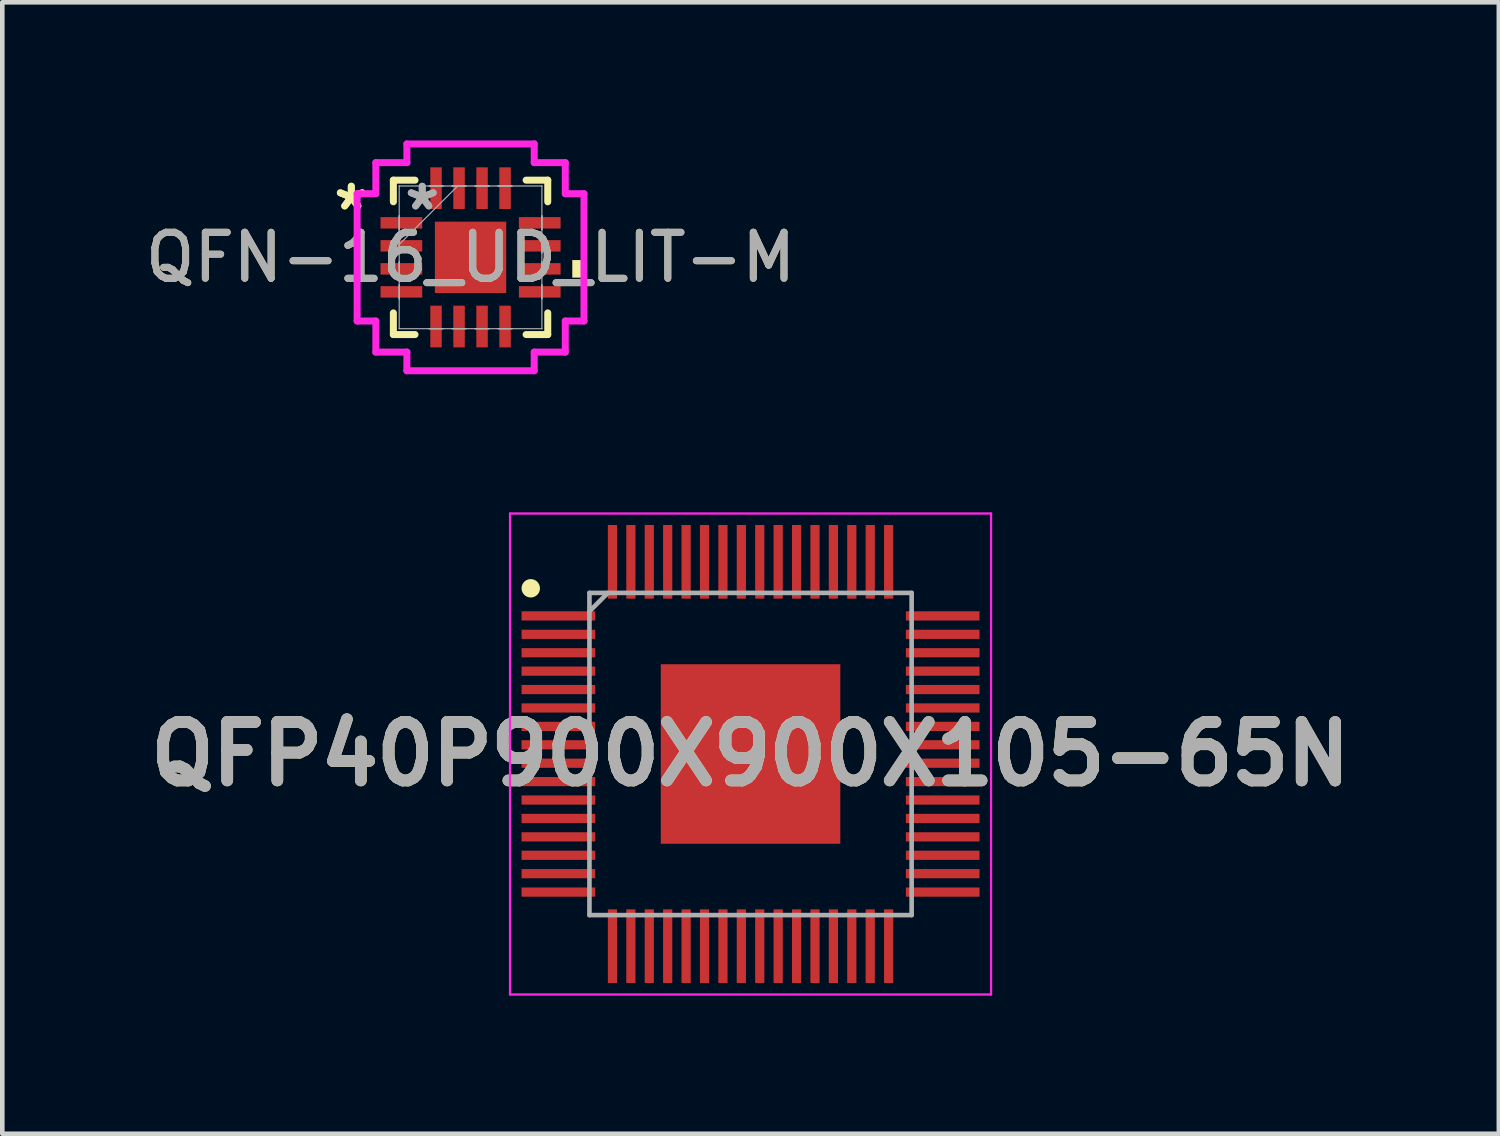
<source format=kicad_pcb>
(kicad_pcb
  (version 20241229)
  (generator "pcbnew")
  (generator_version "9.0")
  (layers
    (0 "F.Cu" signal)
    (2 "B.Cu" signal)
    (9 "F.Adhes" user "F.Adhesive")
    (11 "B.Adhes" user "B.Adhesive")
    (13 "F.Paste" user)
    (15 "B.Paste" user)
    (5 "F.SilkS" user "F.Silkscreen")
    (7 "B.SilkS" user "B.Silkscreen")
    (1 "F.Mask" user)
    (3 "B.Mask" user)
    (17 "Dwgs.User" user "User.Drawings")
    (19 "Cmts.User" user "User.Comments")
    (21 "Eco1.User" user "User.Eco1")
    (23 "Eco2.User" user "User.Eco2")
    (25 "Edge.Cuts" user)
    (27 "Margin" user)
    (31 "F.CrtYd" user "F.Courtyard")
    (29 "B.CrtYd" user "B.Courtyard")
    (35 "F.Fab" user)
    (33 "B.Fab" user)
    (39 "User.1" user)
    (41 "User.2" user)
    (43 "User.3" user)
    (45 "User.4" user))
  (footprint "QFP40P900X900X105-65N"
    (layer "F.Cu")
    (at 13.256 13.331)
    (property "Reference" "QFP40P900X900X105-65N" (at 0 0 0) (layer "F.SilkS") (effects (font (size 1.27 1.27) (thickness 0.254))))
    (attr smd)
    (fp_circle (center -4.775 -3.6) (end -4.775 -3.5) (stroke (width 0.2) (type solid)) (fill no) (layer "F.SilkS"))
    (fp_line (start -5.225 -5.225) (end 5.225 -5.225) (stroke (width 0.05) (type solid)) (layer "F.CrtYd"))
    (fp_line (start -5.225 5.225) (end -5.225 -5.225) (stroke (width 0.05) (type solid)) (layer "F.CrtYd"))
    (fp_line (start 5.225 -5.225) (end 5.225 5.225) (stroke (width 0.05) (type solid)) (layer "F.CrtYd"))
    (fp_line (start 5.225 5.225) (end -5.225 5.225) (stroke (width 0.05) (type solid)) (layer "F.CrtYd"))
    (fp_line (start -3.5 -3.5) (end 3.5 -3.5) (stroke (width 0.1) (type solid)) (layer "F.Fab"))
    (fp_line (start -3.5 -3.1) (end -3.1 -3.5) (stroke (width 0.1) (type solid)) (layer "F.Fab"))
    (fp_line (start -3.5 3.5) (end -3.5 -3.5) (stroke (width 0.1) (type solid)) (layer "F.Fab"))
    (fp_line (start 3.5 -3.5) (end 3.5 3.5) (stroke (width 0.1) (type solid)) (layer "F.Fab"))
    (fp_line (start 3.5 3.5) (end -3.5 3.5) (stroke (width 0.1) (type solid)) (layer "F.Fab"))
    (fp_text user "${REFERENCE}" (at 0 0 0) (layer "F.Fab") (effects (font (size 1.27 1.27) (thickness 0.254))))
    (pad "1" smd rect (at -4.175 -3 90) (size 0.2 1.6) (layers "F.Cu" "F.Mask" "F.Paste"))
    (pad "2" smd rect (at -4.175 -2.6 90) (size 0.2 1.6) (layers "F.Cu" "F.Mask" "F.Paste"))
    (pad "3" smd rect (at -4.175 -2.2 90) (size 0.2 1.6) (layers "F.Cu" "F.Mask" "F.Paste"))
    (pad "4" smd rect (at -4.175 -1.8 90) (size 0.2 1.6) (layers "F.Cu" "F.Mask" "F.Paste"))
    (pad "5" smd rect (at -4.175 -1.4 90) (size 0.2 1.6) (layers "F.Cu" "F.Mask" "F.Paste"))
    (pad "6" smd rect (at -4.175 -1 90) (size 0.2 1.6) (layers "F.Cu" "F.Mask" "F.Paste"))
    (pad "7" smd rect (at -4.175 -0.6 90) (size 0.2 1.6) (layers "F.Cu" "F.Mask" "F.Paste"))
    (pad "8" smd rect (at -4.175 -0.2 90) (size 0.2 1.6) (layers "F.Cu" "F.Mask" "F.Paste"))
    (pad "9" smd rect (at -4.175 0.2 90) (size 0.2 1.6) (layers "F.Cu" "F.Mask" "F.Paste"))
    (pad "10" smd rect (at -4.175 0.6 90) (size 0.2 1.6) (layers "F.Cu" "F.Mask" "F.Paste"))
    (pad "11" smd rect (at -4.175 1 90) (size 0.2 1.6) (layers "F.Cu" "F.Mask" "F.Paste"))
    (pad "12" smd rect (at -4.175 1.4 90) (size 0.2 1.6) (layers "F.Cu" "F.Mask" "F.Paste"))
    (pad "13" smd rect (at -4.175 1.8 90) (size 0.2 1.6) (layers "F.Cu" "F.Mask" "F.Paste"))
    (pad "14" smd rect (at -4.175 2.2 90) (size 0.2 1.6) (layers "F.Cu" "F.Mask" "F.Paste"))
    (pad "15" smd rect (at -4.175 2.6 90) (size 0.2 1.6) (layers "F.Cu" "F.Mask" "F.Paste"))
    (pad "16" smd rect (at -4.175 3 90) (size 0.2 1.6) (layers "F.Cu" "F.Mask" "F.Paste"))
    (pad "17" smd rect (at -3 4.175) (size 0.2 1.6) (layers "F.Cu" "F.Mask" "F.Paste"))
    (pad "18" smd rect (at -2.6 4.175) (size 0.2 1.6) (layers "F.Cu" "F.Mask" "F.Paste"))
    (pad "19" smd rect (at -2.2 4.175) (size 0.2 1.6) (layers "F.Cu" "F.Mask" "F.Paste"))
    (pad "20" smd rect (at -1.8 4.175) (size 0.2 1.6) (layers "F.Cu" "F.Mask" "F.Paste"))
    (pad "21" smd rect (at -1.4 4.175) (size 0.2 1.6) (layers "F.Cu" "F.Mask" "F.Paste"))
    (pad "22" smd rect (at -1 4.175) (size 0.2 1.6) (layers "F.Cu" "F.Mask" "F.Paste"))
    (pad "23" smd rect (at -0.6 4.175) (size 0.2 1.6) (layers "F.Cu" "F.Mask" "F.Paste"))
    (pad "24" smd rect (at -0.2 4.175) (size 0.2 1.6) (layers "F.Cu" "F.Mask" "F.Paste"))
    (pad "25" smd rect (at 0.2 4.175) (size 0.2 1.6) (layers "F.Cu" "F.Mask" "F.Paste"))
    (pad "26" smd rect (at 0.6 4.175) (size 0.2 1.6) (layers "F.Cu" "F.Mask" "F.Paste"))
    (pad "27" smd rect (at 1 4.175) (size 0.2 1.6) (layers "F.Cu" "F.Mask" "F.Paste"))
    (pad "28" smd rect (at 1.4 4.175) (size 0.2 1.6) (layers "F.Cu" "F.Mask" "F.Paste"))
    (pad "29" smd rect (at 1.8 4.175) (size 0.2 1.6) (layers "F.Cu" "F.Mask" "F.Paste"))
    (pad "30" smd rect (at 2.2 4.175) (size 0.2 1.6) (layers "F.Cu" "F.Mask" "F.Paste"))
    (pad "31" smd rect (at 2.6 4.175) (size 0.2 1.6) (layers "F.Cu" "F.Mask" "F.Paste"))
    (pad "32" smd rect (at 3 4.175) (size 0.2 1.6) (layers "F.Cu" "F.Mask" "F.Paste"))
    (pad "33" smd rect (at 4.175 3 90) (size 0.2 1.6) (layers "F.Cu" "F.Mask" "F.Paste"))
    (pad "34" smd rect (at 4.175 2.6 90) (size 0.2 1.6) (layers "F.Cu" "F.Mask" "F.Paste"))
    (pad "35" smd rect (at 4.175 2.2 90) (size 0.2 1.6) (layers "F.Cu" "F.Mask" "F.Paste"))
    (pad "36" smd rect (at 4.175 1.8 90) (size 0.2 1.6) (layers "F.Cu" "F.Mask" "F.Paste"))
    (pad "37" smd rect (at 4.175 1.4 90) (size 0.2 1.6) (layers "F.Cu" "F.Mask" "F.Paste"))
    (pad "38" smd rect (at 4.175 1 90) (size 0.2 1.6) (layers "F.Cu" "F.Mask" "F.Paste"))
    (pad "39" smd rect (at 4.175 0.6 90) (size 0.2 1.6) (layers "F.Cu" "F.Mask" "F.Paste"))
    (pad "40" smd rect (at 4.175 0.2 90) (size 0.2 1.6) (layers "F.Cu" "F.Mask" "F.Paste"))
    (pad "41" smd rect (at 4.175 -0.2 90) (size 0.2 1.6) (layers "F.Cu" "F.Mask" "F.Paste"))
    (pad "42" smd rect (at 4.175 -0.6 90) (size 0.2 1.6) (layers "F.Cu" "F.Mask" "F.Paste"))
    (pad "43" smd rect (at 4.175 -1 90) (size 0.2 1.6) (layers "F.Cu" "F.Mask" "F.Paste"))
    (pad "44" smd rect (at 4.175 -1.4 90) (size 0.2 1.6) (layers "F.Cu" "F.Mask" "F.Paste"))
    (pad "45" smd rect (at 4.175 -1.8 90) (size 0.2 1.6) (layers "F.Cu" "F.Mask" "F.Paste"))
    (pad "46" smd rect (at 4.175 -2.2 90) (size 0.2 1.6) (layers "F.Cu" "F.Mask" "F.Paste"))
    (pad "47" smd rect (at 4.175 -2.6 90) (size 0.2 1.6) (layers "F.Cu" "F.Mask" "F.Paste"))
    (pad "48" smd rect (at 4.175 -3 90) (size 0.2 1.6) (layers "F.Cu" "F.Mask" "F.Paste"))
    (pad "49" smd rect (at 3 -4.175) (size 0.2 1.6) (layers "F.Cu" "F.Mask" "F.Paste"))
    (pad "50" smd rect (at 2.6 -4.175) (size 0.2 1.6) (layers "F.Cu" "F.Mask" "F.Paste"))
    (pad "51" smd rect (at 2.2 -4.175) (size 0.2 1.6) (layers "F.Cu" "F.Mask" "F.Paste"))
    (pad "52" smd rect (at 1.8 -4.175) (size 0.2 1.6) (layers "F.Cu" "F.Mask" "F.Paste"))
    (pad "53" smd rect (at 1.4 -4.175) (size 0.2 1.6) (layers "F.Cu" "F.Mask" "F.Paste"))
    (pad "54" smd rect (at 1 -4.175) (size 0.2 1.6) (layers "F.Cu" "F.Mask" "F.Paste"))
    (pad "55" smd rect (at 0.6 -4.175) (size 0.2 1.6) (layers "F.Cu" "F.Mask" "F.Paste"))
    (pad "56" smd rect (at 0.2 -4.175) (size 0.2 1.6) (layers "F.Cu" "F.Mask" "F.Paste"))
    (pad "57" smd rect (at -0.2 -4.175) (size 0.2 1.6) (layers "F.Cu" "F.Mask" "F.Paste"))
    (pad "58" smd rect (at -0.6 -4.175) (size 0.2 1.6) (layers "F.Cu" "F.Mask" "F.Paste"))
    (pad "59" smd rect (at -1 -4.175) (size 0.2 1.6) (layers "F.Cu" "F.Mask" "F.Paste"))
    (pad "60" smd rect (at -1.4 -4.175) (size 0.2 1.6) (layers "F.Cu" "F.Mask" "F.Paste"))
    (pad "61" smd rect (at -1.8 -4.175) (size 0.2 1.6) (layers "F.Cu" "F.Mask" "F.Paste"))
    (pad "62" smd rect (at -2.2 -4.175) (size 0.2 1.6) (layers "F.Cu" "F.Mask" "F.Paste"))
    (pad "63" smd rect (at -2.6 -4.175) (size 0.2 1.6) (layers "F.Cu" "F.Mask" "F.Paste"))
    (pad "64" smd rect (at -3 -4.175) (size 0.2 1.6) (layers "F.Cu" "F.Mask" "F.Paste"))
    (pad "65" smd rect (at 0 0) (size 3.9 3.9) (layers "F.Cu" "F.Mask" "F.Paste")))
  (footprint "QFN-16_UD_LIT-M"
    (layer "F.Cu")
    (at 7.173 2.541)
    (property "Reference" "QFN-16_UD_LIT-M" (at 0 0 0) (unlocked yes) (layer "F.SilkS") (effects (font (size 1 1) (thickness 0.15))))
    (attr smd)
    (fp_line (start -1.677 -1.677) (end -1.677 -1.207) (stroke (width 0.152) (type solid)) (layer "F.SilkS"))
    (fp_line (start -1.677 1.207) (end -1.677 1.677) (stroke (width 0.152) (type solid)) (layer "F.SilkS"))
    (fp_line (start -1.677 1.677) (end -1.207 1.677) (stroke (width 0.152) (type solid)) (layer "F.SilkS"))
    (fp_line (start -1.207 -1.677) (end -1.677 -1.677) (stroke (width 0.152) (type solid)) (layer "F.SilkS"))
    (fp_line (start 1.207 1.677) (end 1.677 1.677) (stroke (width 0.152) (type solid)) (layer "F.SilkS"))
    (fp_line (start 1.677 -1.677) (end 1.207 -1.677) (stroke (width 0.152) (type solid)) (layer "F.SilkS"))
    (fp_line (start 1.677 -1.207) (end 1.677 -1.677) (stroke (width 0.152) (type solid)) (layer "F.SilkS"))
    (fp_line (start 1.677 1.677) (end 1.677 1.207) (stroke (width 0.152) (type solid)) (layer "F.SilkS"))
    (fp_poly (pts (xy 2.464 0.059) (xy 2.464 0.441) (xy 2.21 0.441) (xy 2.21 0.059)) (stroke (width 0) (type solid)) (fill yes) (layer "F.SilkS"))
    (fp_line (start -2.464 -1.383) (end -2.058 -1.383) (stroke (width 0.152) (type solid)) (layer "F.CrtYd"))
    (fp_line (start -2.464 1.383) (end -2.464 -1.383) (stroke (width 0.152) (type solid)) (layer "F.CrtYd"))
    (fp_line (start -2.058 -2.058) (end -1.383 -2.058) (stroke (width 0.152) (type solid)) (layer "F.CrtYd"))
    (fp_line (start -2.058 -1.383) (end -2.058 -2.058) (stroke (width 0.152) (type solid)) (layer "F.CrtYd"))
    (fp_line (start -2.058 1.383) (end -2.464 1.383) (stroke (width 0.152) (type solid)) (layer "F.CrtYd"))
    (fp_line (start -2.058 2.058) (end -2.058 1.383) (stroke (width 0.152) (type solid)) (layer "F.CrtYd"))
    (fp_line (start -1.383 -2.464) (end 1.383 -2.464) (stroke (width 0.152) (type solid)) (layer "F.CrtYd"))
    (fp_line (start -1.383 -2.058) (end -1.383 -2.464) (stroke (width 0.152) (type solid)) (layer "F.CrtYd"))
    (fp_line (start -1.383 2.058) (end -2.058 2.058) (stroke (width 0.152) (type solid)) (layer "F.CrtYd"))
    (fp_line (start -1.383 2.464) (end -1.383 2.058) (stroke (width 0.152) (type solid)) (layer "F.CrtYd"))
    (fp_line (start 1.383 -2.464) (end 1.383 -2.058) (stroke (width 0.152) (type solid)) (layer "F.CrtYd"))
    (fp_line (start 1.383 -2.058) (end 2.058 -2.058) (stroke (width 0.152) (type solid)) (layer "F.CrtYd"))
    (fp_line (start 1.383 2.058) (end 1.383 2.464) (stroke (width 0.152) (type solid)) (layer "F.CrtYd"))
    (fp_line (start 1.383 2.464) (end -1.383 2.464) (stroke (width 0.152) (type solid)) (layer "F.CrtYd"))
    (fp_line (start 2.058 -2.058) (end 2.058 -1.383) (stroke (width 0.152) (type solid)) (layer "F.CrtYd"))
    (fp_line (start 2.058 -1.383) (end 2.464 -1.383) (stroke (width 0.152) (type solid)) (layer "F.CrtYd"))
    (fp_line (start 2.058 1.383) (end 2.058 2.058) (stroke (width 0.152) (type solid)) (layer "F.CrtYd"))
    (fp_line (start 2.058 2.058) (end 1.383 2.058) (stroke (width 0.152) (type solid)) (layer "F.CrtYd"))
    (fp_line (start 2.464 -1.383) (end 2.464 1.383) (stroke (width 0.152) (type solid)) (layer "F.CrtYd"))
    (fp_line (start 2.464 1.383) (end 2.058 1.383) (stroke (width 0.152) (type solid)) (layer "F.CrtYd"))
    (fp_line (start -1.55 -1.55) (end -1.55 -1.55) (stroke (width 0.025) (type solid)) (layer "F.Fab"))
    (fp_line (start -1.55 -1.55) (end -1.55 1.55) (stroke (width 0.025) (type solid)) (layer "F.Fab"))
    (fp_line (start -1.55 -0.9) (end -1.55 -0.9) (stroke (width 0.025) (type solid)) (layer "F.Fab"))
    (fp_line (start -1.55 -0.9) (end -1.55 -0.6) (stroke (width 0.025) (type solid)) (layer "F.Fab"))
    (fp_line (start -1.55 -0.6) (end -1.55 -0.9) (stroke (width 0.025) (type solid)) (layer "F.Fab"))
    (fp_line (start -1.55 -0.6) (end -1.55 -0.6) (stroke (width 0.025) (type solid)) (layer "F.Fab"))
    (fp_line (start -1.55 -0.4) (end -1.55 -0.4) (stroke (width 0.025) (type solid)) (layer "F.Fab"))
    (fp_line (start -1.55 -0.4) (end -1.55 -0.1) (stroke (width 0.025) (type solid)) (layer "F.Fab"))
    (fp_line (start -1.55 -0.28) (end -0.28 -1.55) (stroke (width 0.025) (type solid)) (layer "F.Fab"))
    (fp_line (start -1.55 -0.1) (end -1.55 -0.4) (stroke (width 0.025) (type solid)) (layer "F.Fab"))
    (fp_line (start -1.55 -0.1) (end -1.55 -0.1) (stroke (width 0.025) (type solid)) (layer "F.Fab"))
    (fp_line (start -1.55 0.1) (end -1.55 0.1) (stroke (width 0.025) (type solid)) (layer "F.Fab"))
    (fp_line (start -1.55 0.1) (end -1.55 0.4) (stroke (width 0.025) (type solid)) (layer "F.Fab"))
    (fp_line (start -1.55 0.4) (end -1.55 0.1) (stroke (width 0.025) (type solid)) (layer "F.Fab"))
    (fp_line (start -1.55 0.4) (end -1.55 0.4) (stroke (width 0.025) (type solid)) (layer "F.Fab"))
    (fp_line (start -1.55 0.6) (end -1.55 0.6) (stroke (width 0.025) (type solid)) (layer "F.Fab"))
    (fp_line (start -1.55 0.6) (end -1.55 0.9) (stroke (width 0.025) (type solid)) (layer "F.Fab"))
    (fp_line (start -1.55 0.9) (end -1.55 0.6) (stroke (width 0.025) (type solid)) (layer "F.Fab"))
    (fp_line (start -1.55 0.9) (end -1.55 0.9) (stroke (width 0.025) (type solid)) (layer "F.Fab"))
    (fp_line (start -1.55 1.55) (end -1.55 1.55) (stroke (width 0.025) (type solid)) (layer "F.Fab"))
    (fp_line (start -1.55 1.55) (end 1.55 1.55) (stroke (width 0.025) (type solid)) (layer "F.Fab"))
    (fp_line (start -0.9 -1.55) (end -0.9 -1.55) (stroke (width 0.025) (type solid)) (layer "F.Fab"))
    (fp_line (start -0.9 -1.55) (end -0.6 -1.55) (stroke (width 0.025) (type solid)) (layer "F.Fab"))
    (fp_line (start -0.9 1.55) (end -0.9 1.55) (stroke (width 0.025) (type solid)) (layer "F.Fab"))
    (fp_line (start -0.9 1.55) (end -0.6 1.55) (stroke (width 0.025) (type solid)) (layer "F.Fab"))
    (fp_line (start -0.6 -1.55) (end -0.9 -1.55) (stroke (width 0.025) (type solid)) (layer "F.Fab"))
    (fp_line (start -0.6 -1.55) (end -0.6 -1.55) (stroke (width 0.025) (type solid)) (layer "F.Fab"))
    (fp_line (start -0.6 1.55) (end -0.9 1.55) (stroke (width 0.025) (type solid)) (layer "F.Fab"))
    (fp_line (start -0.6 1.55) (end -0.6 1.55) (stroke (width 0.025) (type solid)) (layer "F.Fab"))
    (fp_line (start -0.4 -1.55) (end -0.4 -1.55) (stroke (width 0.025) (type solid)) (layer "F.Fab"))
    (fp_line (start -0.4 -1.55) (end -0.1 -1.55) (stroke (width 0.025) (type solid)) (layer "F.Fab"))
    (fp_line (start -0.4 1.55) (end -0.4 1.55) (stroke (width 0.025) (type solid)) (layer "F.Fab"))
    (fp_line (start -0.4 1.55) (end -0.1 1.55) (stroke (width 0.025) (type solid)) (layer "F.Fab"))
    (fp_line (start -0.1 -1.55) (end -0.4 -1.55) (stroke (width 0.025) (type solid)) (layer "F.Fab"))
    (fp_line (start -0.1 -1.55) (end -0.1 -1.55) (stroke (width 0.025) (type solid)) (layer "F.Fab"))
    (fp_line (start -0.1 1.55) (end -0.4 1.55) (stroke (width 0.025) (type solid)) (layer "F.Fab"))
    (fp_line (start -0.1 1.55) (end -0.1 1.55) (stroke (width 0.025) (type solid)) (layer "F.Fab"))
    (fp_line (start 0.1 -1.55) (end 0.1 -1.55) (stroke (width 0.025) (type solid)) (layer "F.Fab"))
    (fp_line (start 0.1 -1.55) (end 0.4 -1.55) (stroke (width 0.025) (type solid)) (layer "F.Fab"))
    (fp_line (start 0.1 1.55) (end 0.1 1.55) (stroke (width 0.025) (type solid)) (layer "F.Fab"))
    (fp_line (start 0.1 1.55) (end 0.4 1.55) (stroke (width 0.025) (type solid)) (layer "F.Fab"))
    (fp_line (start 0.4 -1.55) (end 0.1 -1.55) (stroke (width 0.025) (type solid)) (layer "F.Fab"))
    (fp_line (start 0.4 -1.55) (end 0.4 -1.55) (stroke (width 0.025) (type solid)) (layer "F.Fab"))
    (fp_line (start 0.4 1.55) (end 0.1 1.55) (stroke (width 0.025) (type solid)) (layer "F.Fab"))
    (fp_line (start 0.4 1.55) (end 0.4 1.55) (stroke (width 0.025) (type solid)) (layer "F.Fab"))
    (fp_line (start 0.6 -1.55) (end 0.6 -1.55) (stroke (width 0.025) (type solid)) (layer "F.Fab"))
    (fp_line (start 0.6 -1.55) (end 0.9 -1.55) (stroke (width 0.025) (type solid)) (layer "F.Fab"))
    (fp_line (start 0.6 1.55) (end 0.6 1.55) (stroke (width 0.025) (type solid)) (layer "F.Fab"))
    (fp_line (start 0.6 1.55) (end 0.9 1.55) (stroke (width 0.025) (type solid)) (layer "F.Fab"))
    (fp_line (start 0.9 -1.55) (end 0.6 -1.55) (stroke (width 0.025) (type solid)) (layer "F.Fab"))
    (fp_line (start 0.9 -1.55) (end 0.9 -1.55) (stroke (width 0.025) (type solid)) (layer "F.Fab"))
    (fp_line (start 0.9 1.55) (end 0.6 1.55) (stroke (width 0.025) (type solid)) (layer "F.Fab"))
    (fp_line (start 0.9 1.55) (end 0.9 1.55) (stroke (width 0.025) (type solid)) (layer "F.Fab"))
    (fp_line (start 1.55 -1.55) (end -1.55 -1.55) (stroke (width 0.025) (type solid)) (layer "F.Fab"))
    (fp_line (start 1.55 -1.55) (end 1.55 -1.55) (stroke (width 0.025) (type solid)) (layer "F.Fab"))
    (fp_line (start 1.55 -0.9) (end 1.55 -0.9) (stroke (width 0.025) (type solid)) (layer "F.Fab"))
    (fp_line (start 1.55 -0.9) (end 1.55 -0.6) (stroke (width 0.025) (type solid)) (layer "F.Fab"))
    (fp_line (start 1.55 -0.6) (end 1.55 -0.9) (stroke (width 0.025) (type solid)) (layer "F.Fab"))
    (fp_line (start 1.55 -0.6) (end 1.55 -0.6) (stroke (width 0.025) (type solid)) (layer "F.Fab"))
    (fp_line (start 1.55 -0.4) (end 1.55 -0.4) (stroke (width 0.025) (type solid)) (layer "F.Fab"))
    (fp_line (start 1.55 -0.4) (end 1.55 -0.1) (stroke (width 0.025) (type solid)) (layer "F.Fab"))
    (fp_line (start 1.55 -0.1) (end 1.55 -0.4) (stroke (width 0.025) (type solid)) (layer "F.Fab"))
    (fp_line (start 1.55 -0.1) (end 1.55 -0.1) (stroke (width 0.025) (type solid)) (layer "F.Fab"))
    (fp_line (start 1.55 0.1) (end 1.55 0.1) (stroke (width 0.025) (type solid)) (layer "F.Fab"))
    (fp_line (start 1.55 0.1) (end 1.55 0.4) (stroke (width 0.025) (type solid)) (layer "F.Fab"))
    (fp_line (start 1.55 0.4) (end 1.55 0.1) (stroke (width 0.025) (type solid)) (layer "F.Fab"))
    (fp_line (start 1.55 0.4) (end 1.55 0.4) (stroke (width 0.025) (type solid)) (layer "F.Fab"))
    (fp_line (start 1.55 0.6) (end 1.55 0.6) (stroke (width 0.025) (type solid)) (layer "F.Fab"))
    (fp_line (start 1.55 0.6) (end 1.55 0.9) (stroke (width 0.025) (type solid)) (layer "F.Fab"))
    (fp_line (start 1.55 0.9) (end 1.55 0.6) (stroke (width 0.025) (type solid)) (layer "F.Fab"))
    (fp_line (start 1.55 0.9) (end 1.55 0.9) (stroke (width 0.025) (type solid)) (layer "F.Fab"))
    (fp_line (start 1.55 1.55) (end 1.55 -1.55) (stroke (width 0.025) (type solid)) (layer "F.Fab"))
    (fp_line (start 1.55 1.55) (end 1.55 1.55) (stroke (width 0.025) (type solid)) (layer "F.Fab"))
    (fp_text user "*" (at -2.591 -1 0) (layer "F.SilkS") (effects (font (size 1 1) (thickness 0.15))))
    (fp_text user "*" (at -2.591 -1 0) (unlocked yes) (layer "F.SilkS") (effects (font (size 1 1) (thickness 0.15))))
    (fp_text user "*" (at -1.05 -1 0) (unlocked yes) (layer "F.Fab") (effects (font (size 1 1) (thickness 0.15))))
    (fp_text user "*" (at -1.05 -1 0) (layer "F.Fab") (effects (font (size 1 1) (thickness 0.15))))
    (fp_text user "${REFERENCE}" (at 0 0 0) (unlocked yes) (layer "F.Fab") (effects (font (size 1 1) (thickness 0.15))))
    (pad "1" smd rect (at -1.503 -0.75 90) (size 0.249 0.906) (layers "F.Cu" "F.Mask" "F.Paste"))
    (pad "2" smd rect (at -1.503 -0.25 90) (size 0.249 0.906) (layers "F.Cu" "F.Mask" "F.Paste"))
    (pad "3" smd rect (at -1.503 0.25 90) (size 0.249 0.906) (layers "F.Cu" "F.Mask" "F.Paste"))
    (pad "4" smd rect (at -1.503 0.75 90) (size 0.249 0.906) (layers "F.Cu" "F.Mask" "F.Paste"))
    (pad "5" smd rect (at -0.75 1.503) (size 0.249 0.906) (layers "F.Cu" "F.Mask" "F.Paste"))
    (pad "6" smd rect (at -0.25 1.503) (size 0.249 0.906) (layers "F.Cu" "F.Mask" "F.Paste"))
    (pad "7" smd rect (at 0.25 1.503) (size 0.249 0.906) (layers "F.Cu" "F.Mask" "F.Paste"))
    (pad "8" smd rect (at 0.75 1.503) (size 0.249 0.906) (layers "F.Cu" "F.Mask" "F.Paste"))
    (pad "9" smd rect (at 1.503 0.75 90) (size 0.249 0.906) (layers "F.Cu" "F.Mask" "F.Paste"))
    (pad "10" smd rect (at 1.503 0.25 90) (size 0.249 0.906) (layers "F.Cu" "F.Mask" "F.Paste"))
    (pad "11" smd rect (at 1.503 -0.25 90) (size 0.249 0.906) (layers "F.Cu" "F.Mask" "F.Paste"))
    (pad "12" smd rect (at 1.503 -0.75 90) (size 0.249 0.906) (layers "F.Cu" "F.Mask" "F.Paste"))
    (pad "13" smd rect (at 0.75 -1.503) (size 0.249 0.906) (layers "F.Cu" "F.Mask" "F.Paste"))
    (pad "14" smd rect (at 0.25 -1.503) (size 0.249 0.906) (layers "F.Cu" "F.Mask" "F.Paste"))
    (pad "15" smd rect (at -0.25 -1.503) (size 0.249 0.906) (layers "F.Cu" "F.Mask" "F.Paste"))
    (pad "16" smd rect (at -0.75 -1.503) (size 0.249 0.906) (layers "F.Cu" "F.Mask" "F.Paste"))
    (pad "17" smd rect (at 0 0) (size 1.55 1.55) (layers "F.Cu" "F.Mask" "F.Paste")))
  (gr_rect
    (start -3 -3)
    (end 29.513 21.581)
    (stroke (width 0.1) (type default))
    (fill no)
    (layer "Edge.Cuts")))
</source>
